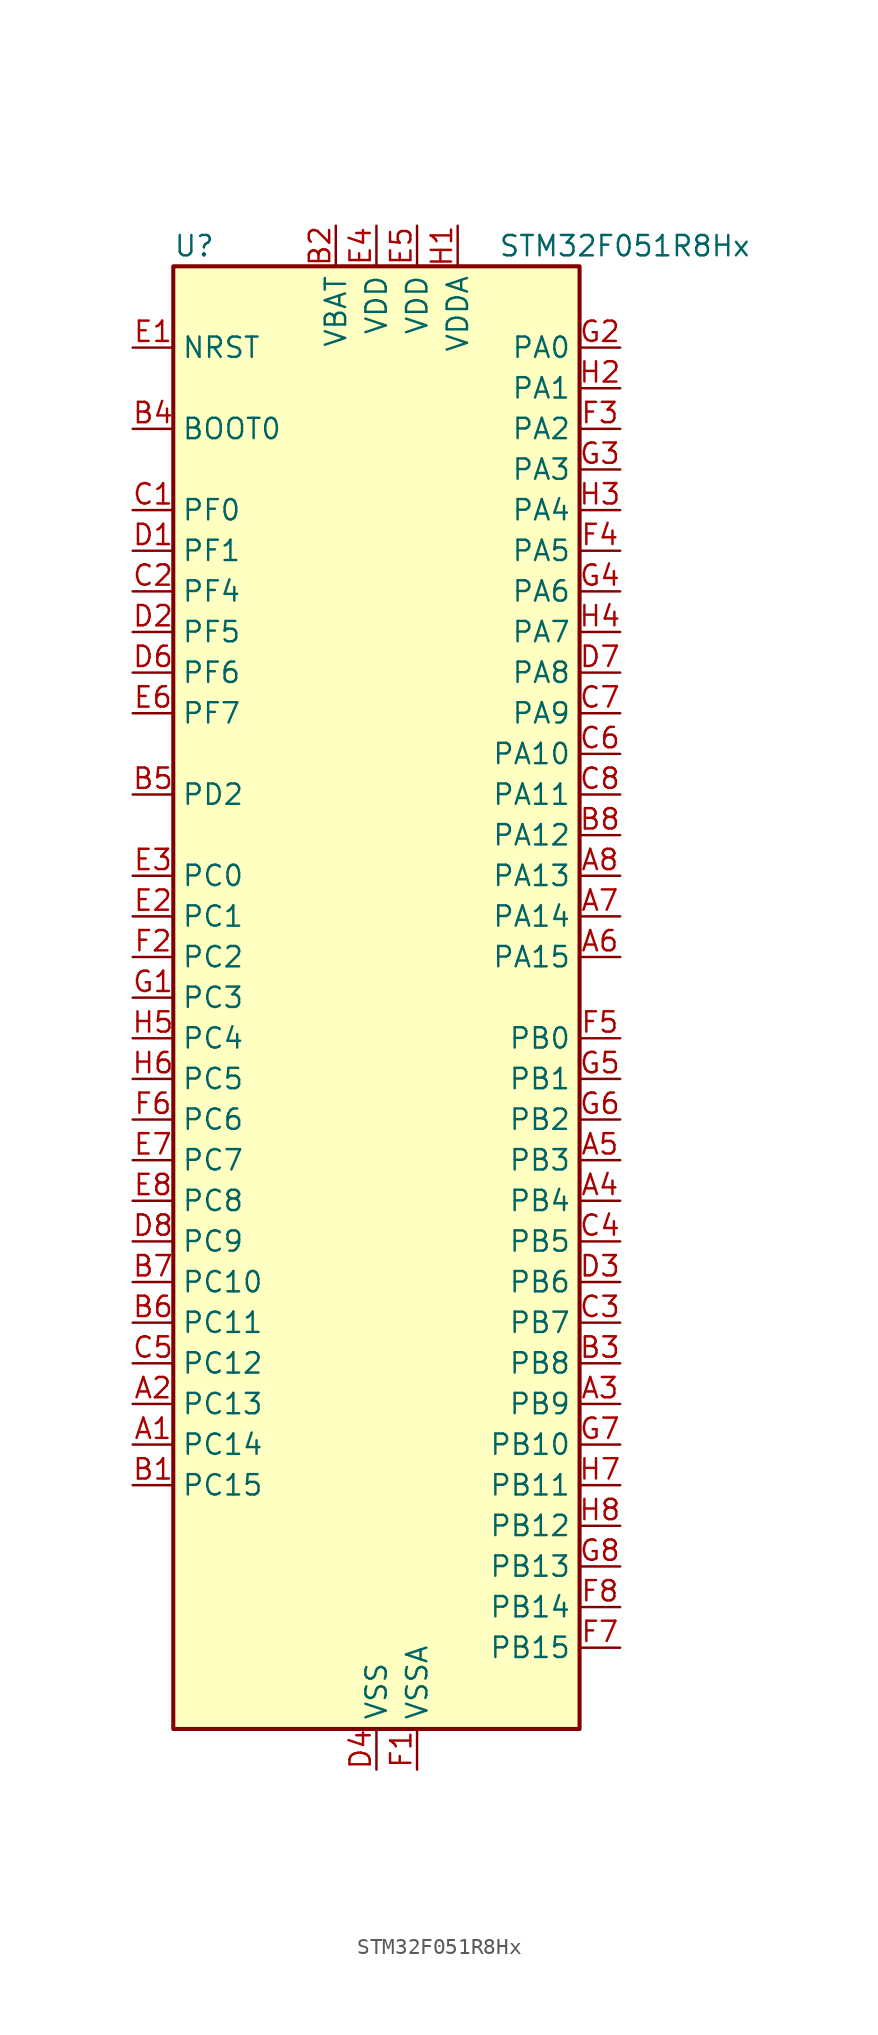
<source format=kicad_sym>
(kicad_symbol_lib
  (version 20241209)
  (generator "kicad_symbol_editor")
  (generator_version "9.0")
  (symbol "STM32F051R8Hx"
    (property "Reference" "U"
      (at -12.7 46.99 0)
      (effects (font (size 1.27 1.27)) (justify left)))
    (property "Value" "STM32F051R8Hx"
      (at 7.62 46.99 0)
      (effects (font (size 1.27 1.27)) (justify left)))
    (symbol "STM32F051R8Hx_0_1"
      (rectangle (start -12.7 -45.72) (end 12.7 45.72) (stroke (width 0.254) (type default)) (fill (type background))))
    (symbol "STM32F051R8Hx_1_1"
      (pin input line (at -15.24 40.64 0) (length 2.54) (name "NRST" (effects (font (size 1.27 1.27)))) (number "E1" (effects (font (size 1.27 1.27)))))
      (pin input line (at -15.24 35.56 0) (length 2.54) (name "BOOT0" (effects (font (size 1.27 1.27)))) (number "B4" (effects (font (size 1.27 1.27)))))
      (pin bidirectional line (at -15.24 30.48 0) (length 2.54) (name "PF0" (effects (font (size 1.27 1.27)))) (number "C1" (effects (font (size 1.27 1.27)))) (alternate "RCC_OSC_IN" bidirectional line))
      (pin bidirectional line (at -15.24 27.94 0) (length 2.54) (name "PF1" (effects (font (size 1.27 1.27)))) (number "D1" (effects (font (size 1.27 1.27)))) (alternate "RCC_OSC_OUT" bidirectional line))
      (pin bidirectional line (at -15.24 25.4 0) (length 2.54) (name "PF4" (effects (font (size 1.27 1.27)))) (number "C2" (effects (font (size 1.27 1.27)))))
      (pin bidirectional line (at -15.24 22.86 0) (length 2.54) (name "PF5" (effects (font (size 1.27 1.27)))) (number "D2" (effects (font (size 1.27 1.27)))))
      (pin bidirectional line (at -15.24 20.32 0) (length 2.54) (name "PF6" (effects (font (size 1.27 1.27)))) (number "D6" (effects (font (size 1.27 1.27)))) (alternate "I2C2_SCL" bidirectional line))
      (pin bidirectional line (at -15.24 17.78 0) (length 2.54) (name "PF7" (effects (font (size 1.27 1.27)))) (number "E6" (effects (font (size 1.27 1.27)))) (alternate "I2C2_SDA" bidirectional line))
      (pin bidirectional line (at -15.24 12.7 0) (length 2.54) (name "PD2" (effects (font (size 1.27 1.27)))) (number "B5" (effects (font (size 1.27 1.27)))) (alternate "TIM3_ETR" bidirectional line))
      (pin bidirectional line (at -15.24 7.62 0) (length 2.54) (name "PC0" (effects (font (size 1.27 1.27)))) (number "E3" (effects (font (size 1.27 1.27)))) (alternate "ADC_IN10" bidirectional line))
      (pin bidirectional line (at -15.24 5.08 0) (length 2.54) (name "PC1" (effects (font (size 1.27 1.27)))) (number "E2" (effects (font (size 1.27 1.27)))) (alternate "ADC_IN11" bidirectional line))
      (pin bidirectional line (at -15.24 2.54 0) (length 2.54) (name "PC2" (effects (font (size 1.27 1.27)))) (number "F2" (effects (font (size 1.27 1.27)))) (alternate "ADC_IN12" bidirectional line))
      (pin bidirectional line (at -15.24 0 0) (length 2.54) (name "PC3" (effects (font (size 1.27 1.27)))) (number "G1" (effects (font (size 1.27 1.27)))) (alternate "ADC_IN13" bidirectional line))
      (pin bidirectional line (at -15.24 -2.54 0) (length 2.54) (name "PC4" (effects (font (size 1.27 1.27)))) (number "H5" (effects (font (size 1.27 1.27)))) (alternate "ADC_IN14" bidirectional line))
      (pin bidirectional line (at -15.24 -5.08 0) (length 2.54) (name "PC5" (effects (font (size 1.27 1.27)))) (number "H6" (effects (font (size 1.27 1.27)))) (alternate "ADC_IN15" bidirectional line) (alternate "TSC_G3_IO1" bidirectional line))
      (pin bidirectional line (at -15.24 -7.62 0) (length 2.54) (name "PC6" (effects (font (size 1.27 1.27)))) (number "F6" (effects (font (size 1.27 1.27)))) (alternate "TIM3_CH1" bidirectional line))
      (pin bidirectional line (at -15.24 -10.16 0) (length 2.54) (name "PC7" (effects (font (size 1.27 1.27)))) (number "E7" (effects (font (size 1.27 1.27)))) (alternate "TIM3_CH2" bidirectional line))
      (pin bidirectional line (at -15.24 -12.7 0) (length 2.54) (name "PC8" (effects (font (size 1.27 1.27)))) (number "E8" (effects (font (size 1.27 1.27)))) (alternate "TIM3_CH3" bidirectional line))
      (pin bidirectional line (at -15.24 -15.24 0) (length 2.54) (name "PC9" (effects (font (size 1.27 1.27)))) (number "D8" (effects (font (size 1.27 1.27)))) (alternate "DAC1_EXTI9" bidirectional line) (alternate "TIM3_CH4" bidirectional line))
      (pin bidirectional line (at -15.24 -17.78 0) (length 2.54) (name "PC10" (effects (font (size 1.27 1.27)))) (number "B7" (effects (font (size 1.27 1.27)))))
      (pin bidirectional line (at -15.24 -20.32 0) (length 2.54) (name "PC11" (effects (font (size 1.27 1.27)))) (number "B6" (effects (font (size 1.27 1.27)))))
      (pin bidirectional line (at -15.24 -22.86 0) (length 2.54) (name "PC12" (effects (font (size 1.27 1.27)))) (number "C5" (effects (font (size 1.27 1.27)))))
      (pin bidirectional line (at -15.24 -25.4 0) (length 2.54) (name "PC13" (effects (font (size 1.27 1.27)))) (number "A2" (effects (font (size 1.27 1.27)))) (alternate "RTC_OUT_ALARM" bidirectional line) (alternate "RTC_OUT_CALIB" bidirectional line) (alternate "RTC_TAMP1" bidirectional line) (alternate "RTC_TS" bidirectional line) (alternate "SYS_WKUP2" bidirectional line))
      (pin bidirectional line (at -15.24 -27.94 0) (length 2.54) (name "PC14" (effects (font (size 1.27 1.27)))) (number "A1" (effects (font (size 1.27 1.27)))) (alternate "RCC_OSC32_IN" bidirectional line))
      (pin bidirectional line (at -15.24 -30.48 0) (length 2.54) (name "PC15" (effects (font (size 1.27 1.27)))) (number "B1" (effects (font (size 1.27 1.27)))) (alternate "RCC_OSC32_OUT" bidirectional line))
      (pin power_in line (at -2.54 48.26 270) (length 2.54) (name "VBAT" (effects (font (size 1.27 1.27)))) (number "B2" (effects (font (size 1.27 1.27)))))
      (pin power_in line (at 0 48.26 270) (length 2.54) (name "VDD" (effects (font (size 1.27 1.27)))) (number "E4" (effects (font (size 1.27 1.27)))))
      (pin power_in line (at 0 -48.26 90) (length 2.54) (name "VSS" (effects (font (size 1.27 1.27)))) (number "D4" (effects (font (size 1.27 1.27)))))
      (pin passive line (at 0 -48.26 90) (length 2.54) (hide yes) (name "VSS" (effects (font (size 1.27 1.27)))) (number "D5" (effects (font (size 1.27 1.27)))))
      (pin power_in line (at 2.54 48.26 270) (length 2.54) (name "VDD" (effects (font (size 1.27 1.27)))) (number "E5" (effects (font (size 1.27 1.27)))))
      (pin power_in line (at 2.54 -48.26 90) (length 2.54) (name "VSSA" (effects (font (size 1.27 1.27)))) (number "F1" (effects (font (size 1.27 1.27)))))
      (pin power_in line (at 5.08 48.26 270) (length 2.54) (name "VDDA" (effects (font (size 1.27 1.27)))) (number "H1" (effects (font (size 1.27 1.27)))))
      (pin bidirectional line (at 15.24 40.64 180) (length 2.54) (name "PA0" (effects (font (size 1.27 1.27)))) (number "G2" (effects (font (size 1.27 1.27)))) (alternate "ADC_IN0" bidirectional line) (alternate "COMP1_INM" bidirectional line) (alternate "COMP1_OUT" bidirectional line) (alternate "RTC_TAMP2" bidirectional line) (alternate "SYS_WKUP1" bidirectional line) (alternate "TIM2_CH1" bidirectional line) (alternate "TIM2_ETR" bidirectional line) (alternate "TSC_G1_IO1" bidirectional line) (alternate "USART2_CTS" bidirectional line))
      (pin bidirectional line (at 15.24 38.1 180) (length 2.54) (name "PA1" (effects (font (size 1.27 1.27)))) (number "H2" (effects (font (size 1.27 1.27)))) (alternate "ADC_IN1" bidirectional line) (alternate "COMP1_INP" bidirectional line) (alternate "TIM2_CH2" bidirectional line) (alternate "TSC_G1_IO2" bidirectional line) (alternate "USART2_DE" bidirectional line) (alternate "USART2_RTS" bidirectional line))
      (pin bidirectional line (at 15.24 35.56 180) (length 2.54) (name "PA2" (effects (font (size 1.27 1.27)))) (number "F3" (effects (font (size 1.27 1.27)))) (alternate "ADC_IN2" bidirectional line) (alternate "COMP2_INM" bidirectional line) (alternate "COMP2_OUT" bidirectional line) (alternate "TIM15_CH1" bidirectional line) (alternate "TIM2_CH3" bidirectional line) (alternate "TSC_G1_IO3" bidirectional line) (alternate "USART2_TX" bidirectional line))
      (pin bidirectional line (at 15.24 33.02 180) (length 2.54) (name "PA3" (effects (font (size 1.27 1.27)))) (number "G3" (effects (font (size 1.27 1.27)))) (alternate "ADC_IN3" bidirectional line) (alternate "COMP2_INP" bidirectional line) (alternate "TIM15_CH2" bidirectional line) (alternate "TIM2_CH4" bidirectional line) (alternate "TSC_G1_IO4" bidirectional line) (alternate "USART2_RX" bidirectional line))
      (pin bidirectional line (at 15.24 30.48 180) (length 2.54) (name "PA4" (effects (font (size 1.27 1.27)))) (number "H3" (effects (font (size 1.27 1.27)))) (alternate "ADC_IN4" bidirectional line) (alternate "COMP1_INM" bidirectional line) (alternate "COMP2_INM" bidirectional line) (alternate "DAC1_OUT1" bidirectional line) (alternate "I2S1_WS" bidirectional line) (alternate "SPI1_NSS" bidirectional line) (alternate "TIM14_CH1" bidirectional line) (alternate "TSC_G2_IO1" bidirectional line) (alternate "USART2_CK" bidirectional line))
      (pin bidirectional line (at 15.24 27.94 180) (length 2.54) (name "PA5" (effects (font (size 1.27 1.27)))) (number "F4" (effects (font (size 1.27 1.27)))) (alternate "ADC_IN5" bidirectional line) (alternate "CEC" bidirectional line) (alternate "COMP1_INM" bidirectional line) (alternate "COMP2_INM" bidirectional line) (alternate "I2S1_CK" bidirectional line) (alternate "SPI1_SCK" bidirectional line) (alternate "TIM2_CH1" bidirectional line) (alternate "TIM2_ETR" bidirectional line) (alternate "TSC_G2_IO2" bidirectional line))
      (pin bidirectional line (at 15.24 25.4 180) (length 2.54) (name "PA6" (effects (font (size 1.27 1.27)))) (number "G4" (effects (font (size 1.27 1.27)))) (alternate "ADC_IN6" bidirectional line) (alternate "COMP1_OUT" bidirectional line) (alternate "I2S1_MCK" bidirectional line) (alternate "SPI1_MISO" bidirectional line) (alternate "TIM16_CH1" bidirectional line) (alternate "TIM1_BKIN" bidirectional line) (alternate "TIM3_CH1" bidirectional line) (alternate "TSC_G2_IO3" bidirectional line))
      (pin bidirectional line (at 15.24 22.86 180) (length 2.54) (name "PA7" (effects (font (size 1.27 1.27)))) (number "H4" (effects (font (size 1.27 1.27)))) (alternate "ADC_IN7" bidirectional line) (alternate "COMP2_OUT" bidirectional line) (alternate "I2S1_SD" bidirectional line) (alternate "SPI1_MOSI" bidirectional line) (alternate "TIM14_CH1" bidirectional line) (alternate "TIM17_CH1" bidirectional line) (alternate "TIM1_CH1N" bidirectional line) (alternate "TIM3_CH2" bidirectional line) (alternate "TSC_G2_IO4" bidirectional line))
      (pin bidirectional line (at 15.24 20.32 180) (length 2.54) (name "PA8" (effects (font (size 1.27 1.27)))) (number "D7" (effects (font (size 1.27 1.27)))) (alternate "RCC_MCO" bidirectional line) (alternate "TIM1_CH1" bidirectional line) (alternate "USART1_CK" bidirectional line))
      (pin bidirectional line (at 15.24 17.78 180) (length 2.54) (name "PA9" (effects (font (size 1.27 1.27)))) (number "C7" (effects (font (size 1.27 1.27)))) (alternate "DAC1_EXTI9" bidirectional line) (alternate "TIM15_BKIN" bidirectional line) (alternate "TIM1_CH2" bidirectional line) (alternate "TSC_G4_IO1" bidirectional line) (alternate "USART1_TX" bidirectional line))
      (pin bidirectional line (at 15.24 15.24 180) (length 2.54) (name "PA10" (effects (font (size 1.27 1.27)))) (number "C6" (effects (font (size 1.27 1.27)))) (alternate "TIM17_BKIN" bidirectional line) (alternate "TIM1_CH3" bidirectional line) (alternate "TSC_G4_IO2" bidirectional line) (alternate "USART1_RX" bidirectional line))
      (pin bidirectional line (at 15.24 12.7 180) (length 2.54) (name "PA11" (effects (font (size 1.27 1.27)))) (number "C8" (effects (font (size 1.27 1.27)))) (alternate "COMP1_OUT" bidirectional line) (alternate "TIM1_CH4" bidirectional line) (alternate "TSC_G4_IO3" bidirectional line) (alternate "USART1_CTS" bidirectional line))
      (pin bidirectional line (at 15.24 10.16 180) (length 2.54) (name "PA12" (effects (font (size 1.27 1.27)))) (number "B8" (effects (font (size 1.27 1.27)))) (alternate "COMP2_OUT" bidirectional line) (alternate "TIM1_ETR" bidirectional line) (alternate "TSC_G4_IO4" bidirectional line) (alternate "USART1_DE" bidirectional line) (alternate "USART1_RTS" bidirectional line))
      (pin bidirectional line (at 15.24 7.62 180) (length 2.54) (name "PA13" (effects (font (size 1.27 1.27)))) (number "A8" (effects (font (size 1.27 1.27)))) (alternate "IR_OUT" bidirectional line) (alternate "SYS_SWDIO" bidirectional line))
      (pin bidirectional line (at 15.24 5.08 180) (length 2.54) (name "PA14" (effects (font (size 1.27 1.27)))) (number "A7" (effects (font (size 1.27 1.27)))) (alternate "SYS_SWCLK" bidirectional line) (alternate "USART2_TX" bidirectional line))
      (pin bidirectional line (at 15.24 2.54 180) (length 2.54) (name "PA15" (effects (font (size 1.27 1.27)))) (number "A6" (effects (font (size 1.27 1.27)))) (alternate "I2S1_WS" bidirectional line) (alternate "SPI1_NSS" bidirectional line) (alternate "TIM2_CH1" bidirectional line) (alternate "TIM2_ETR" bidirectional line) (alternate "USART2_RX" bidirectional line))
      (pin bidirectional line (at 15.24 -2.54 180) (length 2.54) (name "PB0" (effects (font (size 1.27 1.27)))) (number "F5" (effects (font (size 1.27 1.27)))) (alternate "ADC_IN8" bidirectional line) (alternate "TIM1_CH2N" bidirectional line) (alternate "TIM3_CH3" bidirectional line) (alternate "TSC_G3_IO2" bidirectional line))
      (pin bidirectional line (at 15.24 -5.08 180) (length 2.54) (name "PB1" (effects (font (size 1.27 1.27)))) (number "G5" (effects (font (size 1.27 1.27)))) (alternate "ADC_IN9" bidirectional line) (alternate "TIM14_CH1" bidirectional line) (alternate "TIM1_CH3N" bidirectional line) (alternate "TIM3_CH4" bidirectional line) (alternate "TSC_G3_IO3" bidirectional line))
      (pin bidirectional line (at 15.24 -7.62 180) (length 2.54) (name "PB2" (effects (font (size 1.27 1.27)))) (number "G6" (effects (font (size 1.27 1.27)))) (alternate "TSC_G3_IO4" bidirectional line))
      (pin bidirectional line (at 15.24 -10.16 180) (length 2.54) (name "PB3" (effects (font (size 1.27 1.27)))) (number "A5" (effects (font (size 1.27 1.27)))) (alternate "I2S1_CK" bidirectional line) (alternate "SPI1_SCK" bidirectional line) (alternate "TIM2_CH2" bidirectional line) (alternate "TSC_G5_IO1" bidirectional line))
      (pin bidirectional line (at 15.24 -12.7 180) (length 2.54) (name "PB4" (effects (font (size 1.27 1.27)))) (number "A4" (effects (font (size 1.27 1.27)))) (alternate "I2S1_MCK" bidirectional line) (alternate "SPI1_MISO" bidirectional line) (alternate "TIM3_CH1" bidirectional line) (alternate "TSC_G5_IO2" bidirectional line))
      (pin bidirectional line (at 15.24 -15.24 180) (length 2.54) (name "PB5" (effects (font (size 1.27 1.27)))) (number "C4" (effects (font (size 1.27 1.27)))) (alternate "I2C1_SMBA" bidirectional line) (alternate "I2S1_SD" bidirectional line) (alternate "SPI1_MOSI" bidirectional line) (alternate "TIM16_BKIN" bidirectional line) (alternate "TIM3_CH2" bidirectional line))
      (pin bidirectional line (at 15.24 -17.78 180) (length 2.54) (name "PB6" (effects (font (size 1.27 1.27)))) (number "D3" (effects (font (size 1.27 1.27)))) (alternate "I2C1_SCL" bidirectional line) (alternate "TIM16_CH1N" bidirectional line) (alternate "TSC_G5_IO3" bidirectional line) (alternate "USART1_TX" bidirectional line))
      (pin bidirectional line (at 15.24 -20.32 180) (length 2.54) (name "PB7" (effects (font (size 1.27 1.27)))) (number "C3" (effects (font (size 1.27 1.27)))) (alternate "I2C1_SDA" bidirectional line) (alternate "TIM17_CH1N" bidirectional line) (alternate "TSC_G5_IO4" bidirectional line) (alternate "USART1_RX" bidirectional line))
      (pin bidirectional line (at 15.24 -22.86 180) (length 2.54) (name "PB8" (effects (font (size 1.27 1.27)))) (number "B3" (effects (font (size 1.27 1.27)))) (alternate "CEC" bidirectional line) (alternate "I2C1_SCL" bidirectional line) (alternate "TIM16_CH1" bidirectional line) (alternate "TSC_SYNC" bidirectional line))
      (pin bidirectional line (at 15.24 -25.4 180) (length 2.54) (name "PB9" (effects (font (size 1.27 1.27)))) (number "A3" (effects (font (size 1.27 1.27)))) (alternate "DAC1_EXTI9" bidirectional line) (alternate "I2C1_SDA" bidirectional line) (alternate "IR_OUT" bidirectional line) (alternate "TIM17_CH1" bidirectional line))
      (pin bidirectional line (at 15.24 -27.94 180) (length 2.54) (name "PB10" (effects (font (size 1.27 1.27)))) (number "G7" (effects (font (size 1.27 1.27)))) (alternate "CEC" bidirectional line) (alternate "I2C2_SCL" bidirectional line) (alternate "TIM2_CH3" bidirectional line) (alternate "TSC_SYNC" bidirectional line))
      (pin bidirectional line (at 15.24 -30.48 180) (length 2.54) (name "PB11" (effects (font (size 1.27 1.27)))) (number "H7" (effects (font (size 1.27 1.27)))) (alternate "I2C2_SDA" bidirectional line) (alternate "TIM2_CH4" bidirectional line) (alternate "TSC_G6_IO1" bidirectional line))
      (pin bidirectional line (at 15.24 -33.02 180) (length 2.54) (name "PB12" (effects (font (size 1.27 1.27)))) (number "H8" (effects (font (size 1.27 1.27)))) (alternate "SPI2_NSS" bidirectional line) (alternate "TIM1_BKIN" bidirectional line) (alternate "TSC_G6_IO2" bidirectional line))
      (pin bidirectional line (at 15.24 -35.56 180) (length 2.54) (name "PB13" (effects (font (size 1.27 1.27)))) (number "G8" (effects (font (size 1.27 1.27)))) (alternate "SPI2_SCK" bidirectional line) (alternate "TIM1_CH1N" bidirectional line) (alternate "TSC_G6_IO3" bidirectional line))
      (pin bidirectional line (at 15.24 -38.1 180) (length 2.54) (name "PB14" (effects (font (size 1.27 1.27)))) (number "F8" (effects (font (size 1.27 1.27)))) (alternate "SPI2_MISO" bidirectional line) (alternate "TIM15_CH1" bidirectional line) (alternate "TIM1_CH2N" bidirectional line) (alternate "TSC_G6_IO4" bidirectional line))
      (pin bidirectional line (at 15.24 -40.64 180) (length 2.54) (name "PB15" (effects (font (size 1.27 1.27)))) (number "F7" (effects (font (size 1.27 1.27)))) (alternate "RTC_REFIN" bidirectional line) (alternate "SPI2_MOSI" bidirectional line) (alternate "TIM15_CH1N" bidirectional line) (alternate "TIM15_CH2" bidirectional line) (alternate "TIM1_CH3N" bidirectional line)))))
</source>
